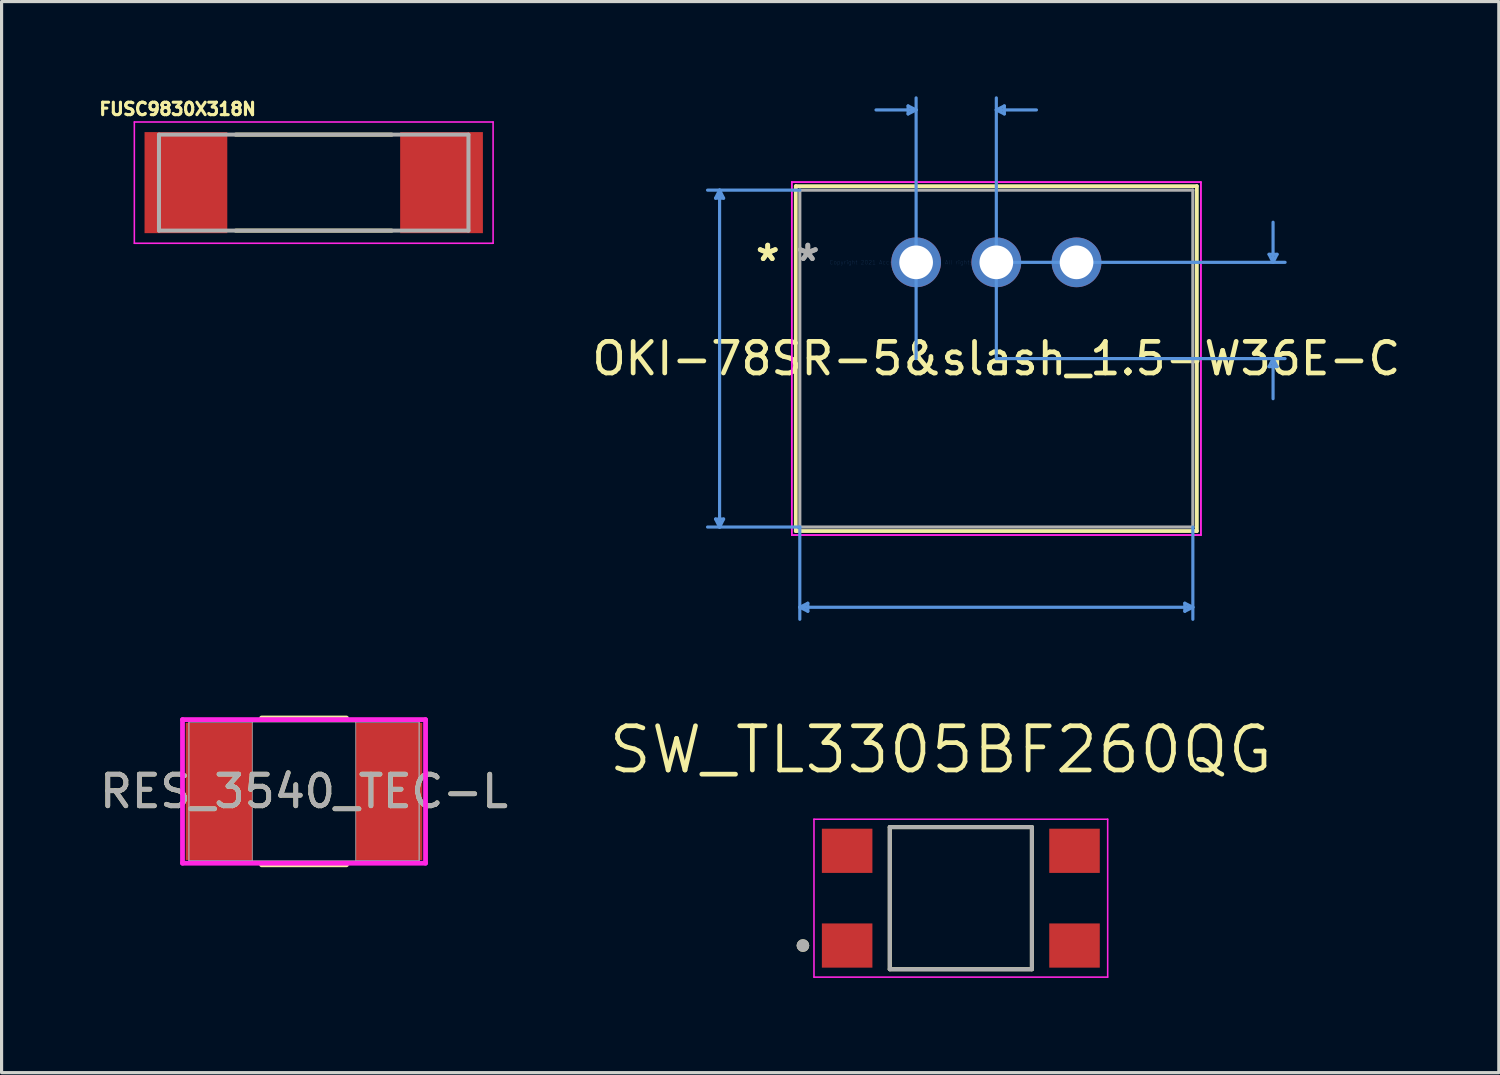
<source format=kicad_pcb>
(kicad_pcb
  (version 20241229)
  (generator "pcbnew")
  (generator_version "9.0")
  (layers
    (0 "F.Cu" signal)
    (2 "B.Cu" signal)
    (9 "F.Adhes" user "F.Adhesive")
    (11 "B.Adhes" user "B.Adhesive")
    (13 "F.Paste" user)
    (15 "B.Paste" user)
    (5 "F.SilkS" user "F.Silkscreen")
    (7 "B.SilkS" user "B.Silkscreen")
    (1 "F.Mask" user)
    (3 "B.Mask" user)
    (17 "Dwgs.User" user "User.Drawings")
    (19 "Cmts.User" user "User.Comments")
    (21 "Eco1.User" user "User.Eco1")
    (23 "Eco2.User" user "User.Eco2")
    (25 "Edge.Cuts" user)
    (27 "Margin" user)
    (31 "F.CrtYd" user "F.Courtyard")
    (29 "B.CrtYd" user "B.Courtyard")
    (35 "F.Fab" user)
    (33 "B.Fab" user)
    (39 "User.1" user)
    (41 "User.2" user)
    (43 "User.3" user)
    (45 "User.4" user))
  (footprint "OKI-78SR-5&slash_1.5-W36E-C"
    (layer "F.Cu")
    (at 25.959 5.257)
    (property "Reference" "OKI-78SR-5&slash_1.5-W36E-C" (at 2.54 3.048 0) (layer "F.SilkS") (effects (font (size 1 1) (thickness 0.15))))
    (attr through_hole)
    (fp_line (start -3.81 -2.413) (end -3.81 8.509) (stroke (width 0.12) (type solid)) (layer "F.SilkS"))
    (fp_line (start -3.81 8.509) (end 8.89 8.509) (stroke (width 0.12) (type solid)) (layer "F.SilkS"))
    (fp_line (start 8.89 -2.413) (end -3.81 -2.413) (stroke (width 0.12) (type solid)) (layer "F.SilkS"))
    (fp_line (start 8.89 8.509) (end 8.89 -2.413) (stroke (width 0.12) (type solid)) (layer "F.SilkS"))
    (fp_line (start -6.35 -2.032) (end -6.096 -2.032) (stroke (width 0.1) (type solid)) (layer "Cmts.User"))
    (fp_line (start -6.35 8.128) (end -6.096 8.128) (stroke (width 0.1) (type solid)) (layer "Cmts.User"))
    (fp_line (start -6.223 -2.286) (end -6.35 -2.032) (stroke (width 0.1) (type solid)) (layer "Cmts.User"))
    (fp_line (start -6.223 -2.286) (end -6.223 8.382) (stroke (width 0.1) (type solid)) (layer "Cmts.User"))
    (fp_line (start -6.223 -2.286) (end -6.096 -2.032) (stroke (width 0.1) (type solid)) (layer "Cmts.User"))
    (fp_line (start -6.223 8.382) (end -6.35 8.128) (stroke (width 0.1) (type solid)) (layer "Cmts.User"))
    (fp_line (start -6.223 8.382) (end -6.096 8.128) (stroke (width 0.1) (type solid)) (layer "Cmts.User"))
    (fp_line (start -3.683 -2.286) (end -6.604 -2.286) (stroke (width 0.1) (type solid)) (layer "Cmts.User"))
    (fp_line (start -3.683 8.382) (end -6.604 8.382) (stroke (width 0.1) (type solid)) (layer "Cmts.User"))
    (fp_line (start -3.683 8.382) (end -3.683 11.303) (stroke (width 0.1) (type solid)) (layer "Cmts.User"))
    (fp_line (start -3.683 10.922) (end -3.429 10.795) (stroke (width 0.1) (type solid)) (layer "Cmts.User"))
    (fp_line (start -3.683 10.922) (end -3.429 11.049) (stroke (width 0.1) (type solid)) (layer "Cmts.User"))
    (fp_line (start -3.683 10.922) (end 8.763 10.922) (stroke (width 0.1) (type solid)) (layer "Cmts.User"))
    (fp_line (start -3.429 10.795) (end -3.429 11.049) (stroke (width 0.1) (type solid)) (layer "Cmts.User"))
    (fp_line (start -0.254 -4.953) (end -0.254 -4.699) (stroke (width 0.1) (type solid)) (layer "Cmts.User"))
    (fp_line (start 0 -4.826) (end -1.27 -4.826) (stroke (width 0.1) (type solid)) (layer "Cmts.User"))
    (fp_line (start 0 -4.826) (end -0.254 -4.953) (stroke (width 0.1) (type solid)) (layer "Cmts.User"))
    (fp_line (start 0 -4.826) (end -0.254 -4.699) (stroke (width 0.1) (type solid)) (layer "Cmts.User"))
    (fp_line (start 0 3.048) (end 0 -5.207) (stroke (width 0.1) (type solid)) (layer "Cmts.User"))
    (fp_line (start 2.54 -4.826) (end 2.794 -4.953) (stroke (width 0.1) (type solid)) (layer "Cmts.User"))
    (fp_line (start 2.54 -4.826) (end 2.794 -4.699) (stroke (width 0.1) (type solid)) (layer "Cmts.User"))
    (fp_line (start 2.54 -4.826) (end 3.81 -4.826) (stroke (width 0.1) (type solid)) (layer "Cmts.User"))
    (fp_line (start 2.54 0) (end 11.684 0) (stroke (width 0.1) (type solid)) (layer "Cmts.User"))
    (fp_line (start 2.54 3.048) (end 2.54 -5.207) (stroke (width 0.1) (type solid)) (layer "Cmts.User"))
    (fp_line (start 2.54 3.048) (end 11.684 3.048) (stroke (width 0.1) (type solid)) (layer "Cmts.User"))
    (fp_line (start 2.794 -4.953) (end 2.794 -4.699) (stroke (width 0.1) (type solid)) (layer "Cmts.User"))
    (fp_line (start 8.509 10.795) (end 8.509 11.049) (stroke (width 0.1) (type solid)) (layer "Cmts.User"))
    (fp_line (start 8.763 8.382) (end 8.763 11.303) (stroke (width 0.1) (type solid)) (layer "Cmts.User"))
    (fp_line (start 8.763 10.922) (end 8.509 10.795) (stroke (width 0.1) (type solid)) (layer "Cmts.User"))
    (fp_line (start 8.763 10.922) (end 8.509 11.049) (stroke (width 0.1) (type solid)) (layer "Cmts.User"))
    (fp_line (start 11.176 -0.254) (end 11.43 -0.254) (stroke (width 0.1) (type solid)) (layer "Cmts.User"))
    (fp_line (start 11.176 3.302) (end 11.43 3.302) (stroke (width 0.1) (type solid)) (layer "Cmts.User"))
    (fp_line (start 11.303 0) (end 11.176 -0.254) (stroke (width 0.1) (type solid)) (layer "Cmts.User"))
    (fp_line (start 11.303 0) (end 11.303 -1.27) (stroke (width 0.1) (type solid)) (layer "Cmts.User"))
    (fp_line (start 11.303 0) (end 11.43 -0.254) (stroke (width 0.1) (type solid)) (layer "Cmts.User"))
    (fp_line (start 11.303 3.048) (end 11.176 3.302) (stroke (width 0.1) (type solid)) (layer "Cmts.User"))
    (fp_line (start 11.303 3.048) (end 11.303 4.318) (stroke (width 0.1) (type solid)) (layer "Cmts.User"))
    (fp_line (start 11.303 3.048) (end 11.43 3.302) (stroke (width 0.1) (type solid)) (layer "Cmts.User"))
    (fp_line (start -3.937 -2.54) (end 9.017 -2.54) (stroke (width 0.05) (type solid)) (layer "F.CrtYd"))
    (fp_line (start -3.937 -2.54) (end 9.017 -2.54) (stroke (width 0.05) (type solid)) (layer "F.CrtYd"))
    (fp_line (start -3.937 8.636) (end -3.937 -2.54) (stroke (width 0.05) (type solid)) (layer "F.CrtYd"))
    (fp_line (start -3.937 8.636) (end -3.937 -2.54) (stroke (width 0.05) (type solid)) (layer "F.CrtYd"))
    (fp_line (start 9.017 -2.54) (end 9.017 8.636) (stroke (width 0.05) (type solid)) (layer "F.CrtYd"))
    (fp_line (start 9.017 -2.54) (end 9.017 8.636) (stroke (width 0.05) (type solid)) (layer "F.CrtYd"))
    (fp_line (start 9.017 8.636) (end -3.937 8.636) (stroke (width 0.05) (type solid)) (layer "F.CrtYd"))
    (fp_line (start 9.017 8.636) (end -3.937 8.636) (stroke (width 0.05) (type solid)) (layer "F.CrtYd"))
    (fp_line (start -3.683 -2.286) (end -3.683 8.382) (stroke (width 0.1) (type solid)) (layer "F.Fab"))
    (fp_line (start -3.683 8.382) (end 8.763 8.382) (stroke (width 0.1) (type solid)) (layer "F.Fab"))
    (fp_line (start 8.763 -2.286) (end -3.683 -2.286) (stroke (width 0.1) (type solid)) (layer "F.Fab"))
    (fp_line (start 8.763 8.382) (end 8.763 -2.286) (stroke (width 0.1) (type solid)) (layer "F.Fab"))
    (fp_text user "*" (at -4.699 0 0) (layer "F.SilkS") (effects (font (size 1 1) (thickness 0.15))))
    (fp_text user "*" (at -4.699 0 0) (layer "F.SilkS") (effects (font (size 1 1) (thickness 0.15))))
    (fp_text user "Copyright 2021 Accelerated Designs. All rights reserved." (at 0 0 0) (layer "Cmts.User") (effects (font (size 0.127 0.127) (thickness 0.002))))
    (fp_text user "*" (at -3.429 0 0) (layer "F.Fab") (effects (font (size 1 1) (thickness 0.15))))
    (fp_text user "*" (at -3.429 0 0) (layer "F.Fab") (effects (font (size 1 1) (thickness 0.15))))
    (pad "1" thru_hole circle (at 0 0) (size 1.575 1.575) (drill 1.067) (layers "*.Cu" "*.Mask"))
    (pad "2" thru_hole circle (at 2.54 0) (size 1.575 1.575) (drill 1.067) (layers "*.Cu" "*.Mask"))
    (pad "3" thru_hole circle (at 5.08 0) (size 1.575 1.575) (drill 1.067) (layers "*.Cu" "*.Mask")))
  (footprint "FUSC9830X318N"
    (layer "F.Cu")
    (at 6.884 2.733)
    (property "Reference" "FUSC9830X318N" (at -4.31 -2.33 0) (layer "F.SilkS") (effects (font (size 0.394 0.394) (thickness 0.15))))
    (attr smd)
    (fp_line (start -2.47 -1.52) (end 2.47 -1.52) (stroke (width 0.127) (type solid)) (layer "F.SilkS"))
    (fp_line (start -2.47 1.52) (end 2.47 1.52) (stroke (width 0.127) (type solid)) (layer "F.SilkS"))
    (fp_line (start -5.68 -1.92) (end 5.68 -1.92) (stroke (width 0.05) (type solid)) (layer "F.CrtYd"))
    (fp_line (start -5.68 1.92) (end -5.68 -1.92) (stroke (width 0.05) (type solid)) (layer "F.CrtYd"))
    (fp_line (start -5.68 1.92) (end 5.68 1.92) (stroke (width 0.05) (type solid)) (layer "F.CrtYd"))
    (fp_line (start 5.68 1.92) (end 5.68 -1.92) (stroke (width 0.05) (type solid)) (layer "F.CrtYd"))
    (fp_line (start -4.9 1.52) (end -4.9 -1.52) (stroke (width 0.127) (type solid)) (layer "F.Fab"))
    (fp_line (start 4.9 -1.52) (end -4.9 -1.52) (stroke (width 0.127) (type solid)) (layer "F.Fab"))
    (fp_line (start 4.9 1.52) (end -4.9 1.52) (stroke (width 0.127) (type solid)) (layer "F.Fab"))
    (fp_line (start 4.9 1.52) (end 4.9 -1.52) (stroke (width 0.127) (type solid)) (layer "F.Fab"))
    (pad "1" smd rect (at -4.047 0) (size 2.62 3.2) (layers "F.Cu" "F.Mask" "F.Paste"))
    (pad "2" smd rect (at 4.047 0) (size 2.62 3.2) (layers "F.Cu" "F.Mask" "F.Paste")))
  (footprint "SW_TL3305BF260QG"
    (layer "F.Cu")
    (at 27.375 25.391)
    (property "Reference" "SW_TL3305BF260QG" (at -0.635 -4.699 0) (layer "F.SilkS") (effects (font (size 1.4 1.4) (thickness 0.15))))
    (attr smd)
    (fp_line (start -2.25 -2.25) (end -2.25 2.25) (stroke (width 0.127) (type solid)) (layer "F.SilkS"))
    (fp_line (start -2.25 2.25) (end 2.25 2.25) (stroke (width 0.127) (type solid)) (layer "F.SilkS"))
    (fp_line (start 2.25 -2.25) (end -2.25 -2.25) (stroke (width 0.127) (type solid)) (layer "F.SilkS"))
    (fp_line (start 2.25 2.25) (end 2.25 -2.25) (stroke (width 0.127) (type solid)) (layer "F.SilkS"))
    (fp_circle (center -5 1.5) (end -4.9 1.5) (stroke (width 0.2) (type solid)) (fill no) (layer "F.SilkS"))
    (fp_line (start -4.65 -2.5) (end 4.65 -2.5) (stroke (width 0.05) (type solid)) (layer "F.CrtYd"))
    (fp_line (start -4.65 2.5) (end -4.65 -2.5) (stroke (width 0.05) (type solid)) (layer "F.CrtYd"))
    (fp_line (start 4.65 -2.5) (end 4.65 2.5) (stroke (width 0.05) (type solid)) (layer "F.CrtYd"))
    (fp_line (start 4.65 2.5) (end -4.65 2.5) (stroke (width 0.05) (type solid)) (layer "F.CrtYd"))
    (fp_line (start -2.25 -2.25) (end 2.25 -2.25) (stroke (width 0.127) (type solid)) (layer "F.Fab"))
    (fp_line (start -2.25 2.25) (end -2.25 -2.25) (stroke (width 0.127) (type solid)) (layer "F.Fab"))
    (fp_line (start 2.25 -2.25) (end 2.25 2.25) (stroke (width 0.127) (type solid)) (layer "F.Fab"))
    (fp_line (start 2.25 2.25) (end -2.25 2.25) (stroke (width 0.127) (type solid)) (layer "F.Fab"))
    (fp_circle (center -5 1.5) (end -4.9 1.5) (stroke (width 0.2) (type solid)) (fill no) (layer "F.Fab"))
    (pad "1" smd rect (at -3.6 1.5) (size 1.6 1.4) (layers "F.Cu" "F.Mask" "F.Paste"))
    (pad "2" smd rect (at 3.6 1.5) (size 1.6 1.4) (layers "F.Cu" "F.Mask" "F.Paste"))
    (pad "3" smd rect (at -3.6 -1.5) (size 1.6 1.4) (layers "F.Cu" "F.Mask" "F.Paste"))
    (pad "4" smd rect (at 3.6 -1.5) (size 1.6 1.4) (layers "F.Cu" "F.Mask" "F.Paste")))
  (footprint "RES_3540_TEC-L"
    (layer "F.Cu")
    (at 6.577 22.01)
    (property "Reference" "RES_3540_TEC-L" (at 0 0 0) (unlocked yes) (layer "F.SilkS") (effects (font (size 1 1) (thickness 0.15))))
    (attr smd)
    (fp_line (start -1.343 2.324) (end 1.343 2.324) (stroke (width 0.152) (type solid)) (layer "F.SilkS"))
    (fp_line (start 1.343 -2.324) (end -1.343 -2.324) (stroke (width 0.152) (type solid)) (layer "F.SilkS"))
    (fp_line (start -3.848 -2.273) (end 3.848 -2.273) (stroke (width 0.152) (type solid)) (layer "F.CrtYd"))
    (fp_line (start -3.848 2.273) (end -3.848 -2.273) (stroke (width 0.152) (type solid)) (layer "F.CrtYd"))
    (fp_line (start 3.848 -2.273) (end 3.848 2.273) (stroke (width 0.152) (type solid)) (layer "F.CrtYd"))
    (fp_line (start 3.848 2.273) (end -3.848 2.273) (stroke (width 0.152) (type solid)) (layer "F.CrtYd"))
    (fp_line (start -3.645 -2.197) (end -3.645 2.197) (stroke (width 0.025) (type solid)) (layer "F.Fab"))
    (fp_line (start -3.645 -2.197) (end -3.645 2.197) (stroke (width 0.025) (type solid)) (layer "F.Fab"))
    (fp_line (start -3.645 2.197) (end -1.638 2.197) (stroke (width 0.025) (type solid)) (layer "F.Fab"))
    (fp_line (start -3.645 2.197) (end 3.645 2.197) (stroke (width 0.025) (type solid)) (layer "F.Fab"))
    (fp_line (start -1.638 -2.197) (end -3.645 -2.197) (stroke (width 0.025) (type solid)) (layer "F.Fab"))
    (fp_line (start -1.638 2.197) (end -1.638 -2.197) (stroke (width 0.025) (type solid)) (layer "F.Fab"))
    (fp_line (start 1.638 -2.197) (end 1.638 2.197) (stroke (width 0.025) (type solid)) (layer "F.Fab"))
    (fp_line (start 1.638 2.197) (end 3.645 2.197) (stroke (width 0.025) (type solid)) (layer "F.Fab"))
    (fp_line (start 3.645 -2.197) (end -3.645 -2.197) (stroke (width 0.025) (type solid)) (layer "F.Fab"))
    (fp_line (start 3.645 -2.197) (end 1.638 -2.197) (stroke (width 0.025) (type solid)) (layer "F.Fab"))
    (fp_line (start 3.645 2.197) (end 3.645 -2.197) (stroke (width 0.025) (type solid)) (layer "F.Fab"))
    (fp_line (start 3.645 2.197) (end 3.645 -2.197) (stroke (width 0.025) (type solid)) (layer "F.Fab"))
    (fp_text user "${REFERENCE}" (at 0 0 0) (unlocked yes) (layer "F.Fab") (effects (font (size 1 1) (thickness 0.15))))
    (pad "1" smd rect (at -2.692 0) (size 2.108 4.343) (layers "F.Cu" "F.Mask" "F.Paste"))
    (pad "2" smd rect (at 2.692 0) (size 2.108 4.343) (layers "F.Cu" "F.Mask" "F.Paste"))
    (zone (net_name "") (layer "F.Cu") (hatch full 0.508) (connect_pads) (min_thickness 0.254) (filled_areas_thickness no) (keepout (tracks not_allowed) (vias not_allowed) (pads allowed) (copperpour not_allowed) (footprints allowed)) (placement (enabled no)) (fill) (polygon (pts (xy 4.99 19.864) (xy 8.165 19.864) (xy 8.165 24.157) (xy 4.99 24.157)))))
  (gr_rect
    (start -3 -3)
    (end 44.41 30.916)
    (stroke (width 0.1) (type default))
    (fill no)
    (layer "Edge.Cuts")))
</source>
